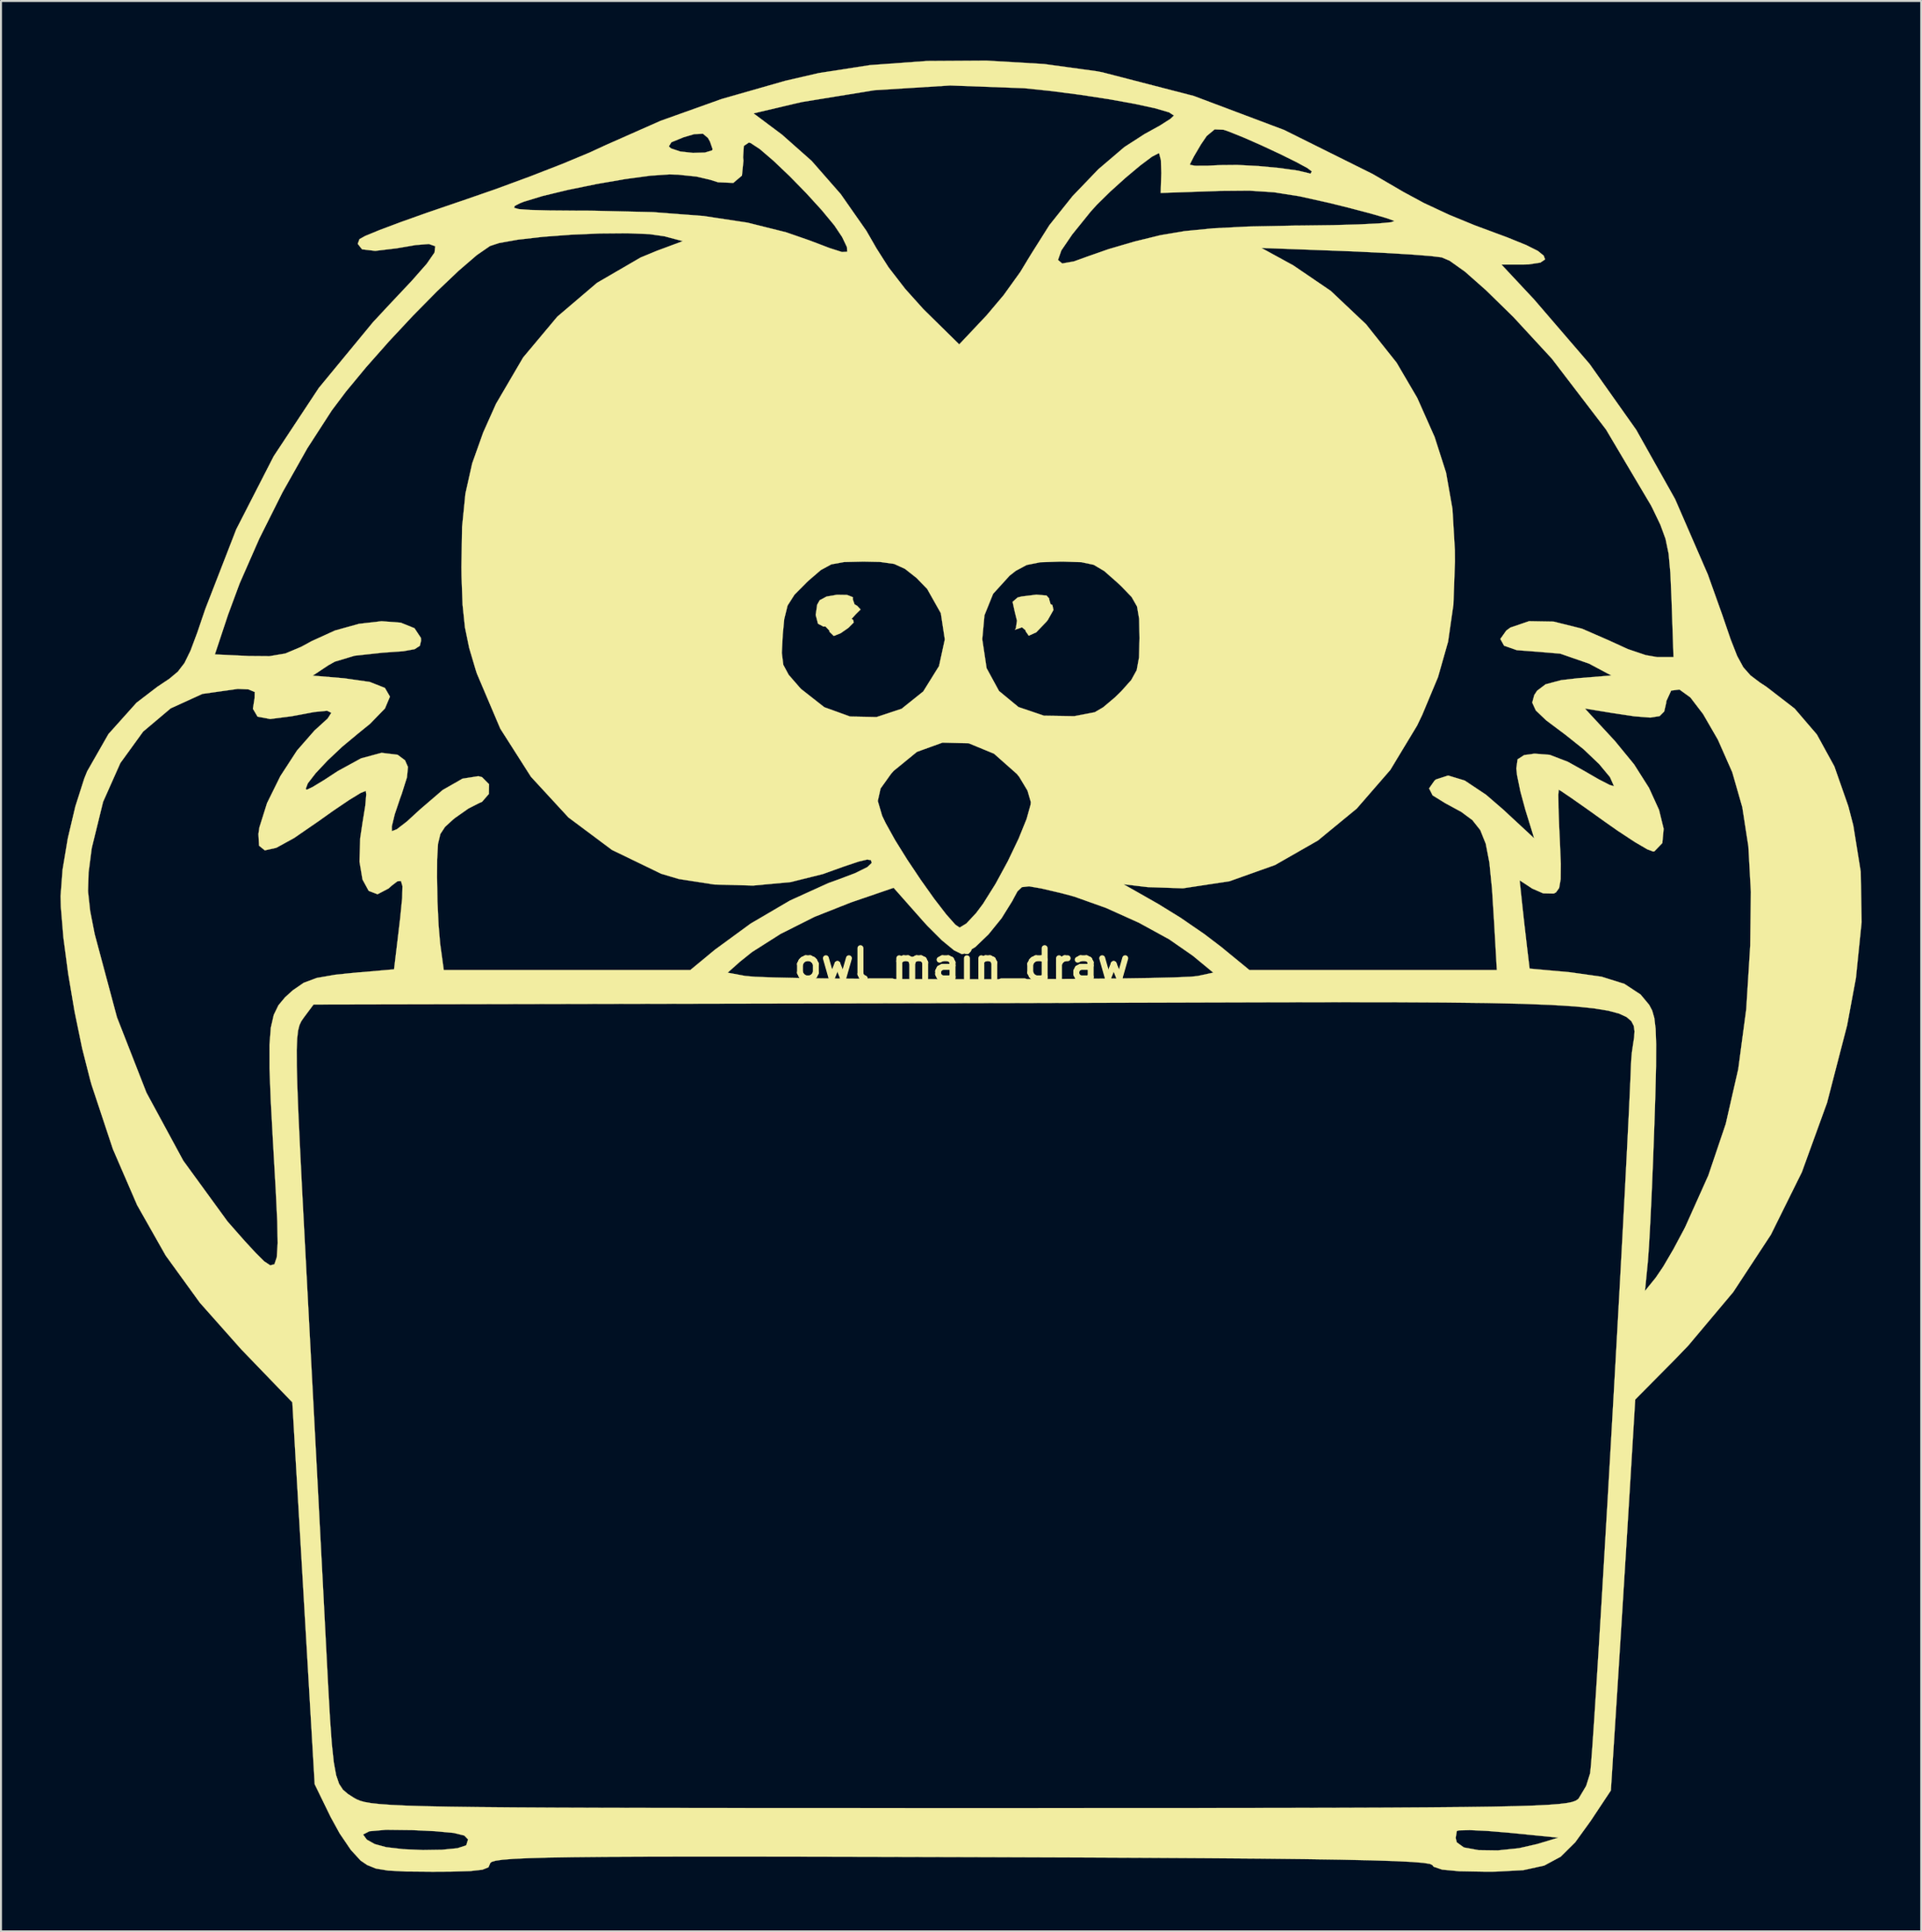
<source format=kicad_pcb>
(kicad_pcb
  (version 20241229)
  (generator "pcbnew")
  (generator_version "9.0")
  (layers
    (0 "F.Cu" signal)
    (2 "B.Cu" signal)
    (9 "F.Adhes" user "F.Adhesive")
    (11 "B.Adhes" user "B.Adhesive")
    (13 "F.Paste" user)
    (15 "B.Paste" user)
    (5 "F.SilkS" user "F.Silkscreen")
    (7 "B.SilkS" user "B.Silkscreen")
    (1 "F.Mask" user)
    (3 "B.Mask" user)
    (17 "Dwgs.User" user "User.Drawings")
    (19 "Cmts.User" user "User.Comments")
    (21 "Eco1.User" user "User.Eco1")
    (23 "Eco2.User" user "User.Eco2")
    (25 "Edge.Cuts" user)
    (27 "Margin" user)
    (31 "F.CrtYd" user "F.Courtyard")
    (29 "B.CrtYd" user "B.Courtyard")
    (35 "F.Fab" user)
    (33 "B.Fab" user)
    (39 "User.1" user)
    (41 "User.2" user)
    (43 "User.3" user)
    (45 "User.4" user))
  (footprint "owl_main_draw"
    (layer "F.Cu")
    (at 45.458 45.578)
    (property "Reference" "owl_main_draw" (at 0 0 0) (layer "F.SilkS") (effects (font (size 1.524 1.524) (thickness 0.3))))
    (attr through_hole)
    (fp_poly (pts (xy 4.269 -18.611) (xy 4.409 -18.448) (xy 4.398 -18.427) (xy 4.473 -18.174) (xy 4.563 -18.131) (xy 4.618 -17.883) (xy 4.336 -17.382) (xy 4.278 -17.306) (xy 3.753 -16.757) (xy 3.372 -16.584) (xy 3.21 -16.817) (xy 3.208 -16.86) (xy 3.034 -17.008) (xy 2.874 -16.951) (xy 2.677 -16.886) (xy 2.723 -16.963) (xy 2.778 -17.34) (xy 2.664 -17.804) (xy 2.557 -18.293) (xy 2.813 -18.512) (xy 3.016 -18.562) (xy 3.757 -18.654) (xy 4.269 -18.611)) (stroke (width 0.01) (type solid)) (fill yes) (layer "F.SilkS"))
    (fp_poly (pts (xy -5.789 -18.64) (xy -5.498 -18.526) (xy -5.501 -18.416) (xy -5.412 -18.165) (xy -5.282 -18.091) (xy -5.109 -17.908) (xy -5.347 -17.671) (xy -5.561 -17.435) (xy -5.481 -17.375) (xy -5.456 -17.249) (xy -5.721 -16.983) (xy -6.107 -16.714) (xy -6.446 -16.578) (xy -6.468 -16.577) (xy -6.678 -16.782) (xy -6.684 -16.844) (xy -6.881 -17.051) (xy -6.983 -17.045) (xy -7.257 -17.19) (xy -7.373 -17.632) (xy -7.298 -18.147) (xy -7.17 -18.374) (xy -6.823 -18.559) (xy -6.297 -18.649) (xy -5.789 -18.64)) (stroke (width 0.01) (type solid)) (fill yes) (layer "F.SilkS"))
    (fp_poly (pts (xy 4.156 -45.4) (xy 6.814 -45.035) (xy 7.086 -44.982) (xy 11.696 -43.79) (xy 16.252 -42.076) (xy 20.72 -39.855) (xy 22.281 -38.945) (xy 23.3 -38.395) (xy 24.582 -37.797) (xy 25.881 -37.264) (xy 26.116 -37.177) (xy 27.506 -36.662) (xy 28.459 -36.275) (xy 29.046 -35.981) (xy 29.339 -35.744) (xy 29.411 -35.551) (xy 29.173 -35.391) (xy 28.577 -35.3) (xy 28.31 -35.293) (xy 27.21 -35.293) (xy 28.855 -33.535) (xy 31.658 -30.279) (xy 34.004 -26.966) (xy 35.966 -23.472) (xy 37.617 -19.673) (xy 38.341 -17.646) (xy 38.765 -16.409) (xy 39.096 -15.564) (xy 39.406 -14.995) (xy 39.767 -14.585) (xy 40.251 -14.22) (xy 40.58 -14.004) (xy 41.996 -12.911) (xy 43.116 -11.606) (xy 43.999 -9.996) (xy 44.701 -7.991) (xy 44.953 -7.025) (xy 45.328 -4.691) (xy 45.373 -2.15) (xy 45.085 0.673) (xy 44.642 3.052) (xy 43.629 6.96) (xy 42.36 10.455) (xy 40.796 13.611) (xy 38.898 16.501) (xy 36.629 19.2) (xy 35.971 19.883) (xy 33.956 21.917) (xy 33.668 26.666) (xy 33.548 28.628) (xy 33.407 30.899) (xy 33.26 33.258) (xy 33.12 35.481) (xy 33.054 36.52) (xy 32.728 41.623) (xy 31.709 43.158) (xy 30.931 44.234) (xy 30.195 44.963) (xy 29.366 45.409) (xy 28.311 45.639) (xy 26.897 45.716) (xy 26.425 45.719) (xy 25.082 45.694) (xy 24.221 45.612) (xy 23.793 45.468) (xy 23.729 45.386) (xy 23.606 45.325) (xy 23.26 45.271) (xy 22.664 45.223) (xy 21.791 45.181) (xy 20.614 45.144) (xy 19.103 45.111) (xy 17.233 45.082) (xy 14.976 45.057) (xy 12.304 45.036) (xy 9.19 45.017) (xy 5.605 45) (xy 1.524 44.985) (xy -0.089 44.98) (xy -4.223 44.969) (xy -7.854 44.961) (xy -11.015 44.956) (xy -13.736 44.956) (xy -16.049 44.961) (xy -17.987 44.97) (xy -19.581 44.986) (xy -20.864 45.007) (xy -21.866 45.035) (xy -22.62 45.07) (xy -23.158 45.112) (xy -23.511 45.163) (xy -23.711 45.221) (xy -23.791 45.289) (xy -23.796 45.315) (xy -23.878 45.497) (xy -24.18 45.616) (xy -24.789 45.685) (xy -25.791 45.715) (xy -26.701 45.72) (xy -28.026 45.708) (xy -28.937 45.66) (xy -29.552 45.558) (xy -29.992 45.382) (xy -30.322 45.156) (xy -30.814 44.62) (xy -31.341 43.843) (xy -30.198 43.843) (xy -30.011 44.1) (xy -29.611 44.324) (xy -29.033 44.481) (xy -28.17 44.582) (xy -27.179 44.625) (xy -26.218 44.61) (xy -25.444 44.534) (xy -25.016 44.396) (xy -24.988 44.365) (xy -24.904 44.09) (xy -24.972 44.02) (xy 24.901 44.02) (xy 24.958 44.238) (xy 25.315 44.494) (xy 26.052 44.63) (xy 27.026 44.644) (xy 28.092 44.533) (xy 29.009 44.324) (xy 30.079 44.001) (xy 27.599 43.754) (xy 26.501 43.662) (xy 25.616 43.621) (xy 25.068 43.635) (xy 24.959 43.666) (xy 24.901 44.02) (xy -24.972 44.02) (xy -25.094 43.895) (xy -25.629 43.763) (xy -26.574 43.675) (xy -27.694 43.622) (xy -29.047 43.606) (xy -29.879 43.679) (xy -30.198 43.843) (xy -31.341 43.843) (xy -31.381 43.784) (xy -31.838 42.951) (xy -32.638 41.308) (xy -33.202 31.683) (xy -33.766 22.058) (xy -36.345 19.384) (xy -38.427 17.04) (xy -40.153 14.658) (xy -41.593 12.116) (xy -42.814 9.295) (xy -43.883 6.074) (xy -43.953 5.832) (xy -44.366 4.209) (xy -44.748 2.355) (xy -45.072 0.437) (xy -45.311 -1.377) (xy -45.439 -2.919) (xy -45.453 -3.457) (xy -45.435 -3.695) (xy -44.069 -3.695) (xy -43.962 -2.713) (xy -43.734 -1.544) (xy -42.611 2.645) (xy -41.123 6.449) (xy -39.264 9.879) (xy -37.03 12.946) (xy -36.163 13.93) (xy -35.613 14.525) (xy -35.189 14.948) (xy -34.879 15.153) (xy -34.669 15.098) (xy -34.549 14.739) (xy -34.505 14.032) (xy -34.526 12.932) (xy -34.6 11.397) (xy -34.715 9.382) (xy -34.747 8.82) (xy -34.856 6.796) (xy -34.916 5.231) (xy -34.917 4.29) (xy -33.545 4.29) (xy -33.542 5.079) (xy -33.514 6.133) (xy -33.461 7.5) (xy -33.38 9.226) (xy -33.273 11.359) (xy -33.137 13.946) (xy -33.026 16.047) (xy -32.878 18.844) (xy -32.728 21.679) (xy -32.581 24.464) (xy -32.441 27.115) (xy -32.314 29.544) (xy -32.203 31.664) (xy -32.114 33.391) (xy -32.071 34.223) (xy -31.96 36.357) (xy -31.865 38.022) (xy -31.774 39.282) (xy -31.675 40.204) (xy -31.557 40.851) (xy -31.408 41.289) (xy -31.215 41.582) (xy -30.967 41.796) (xy -30.666 41.989) (xy -30.522 42.069) (xy -30.35 42.141) (xy -30.12 42.204) (xy -29.802 42.26) (xy -29.365 42.308) (xy -28.781 42.35) (xy -28.019 42.386) (xy -27.049 42.416) (xy -25.842 42.44) (xy -24.368 42.46) (xy -22.596 42.476) (xy -20.498 42.488) (xy -18.042 42.497) (xy -15.2 42.503) (xy -11.941 42.507) (xy -8.236 42.509) (xy -4.055 42.51) (xy 0.426 42.511) (xy 5.096 42.51) (xy 9.26 42.509) (xy 12.949 42.507) (xy 16.19 42.503) (xy 19.015 42.496) (xy 21.451 42.487) (xy 23.53 42.474) (xy 25.279 42.458) (xy 26.728 42.438) (xy 27.907 42.413) (xy 28.845 42.383) (xy 29.572 42.347) (xy 30.116 42.305) (xy 30.508 42.257) (xy 30.776 42.202) (xy 30.95 42.14) (xy 31.06 42.069) (xy 31.104 42.026) (xy 31.48 41.397) (xy 31.682 40.756) (xy 31.726 40.331) (xy 31.794 39.427) (xy 31.885 38.099) (xy 31.995 36.402) (xy 32.121 34.392) (xy 32.259 32.122) (xy 32.407 29.649) (xy 32.562 27.027) (xy 32.719 24.311) (xy 32.877 21.556) (xy 33.031 18.817) (xy 33.179 16.15) (xy 33.317 13.609) (xy 33.443 11.25) (xy 33.553 9.127) (xy 33.644 7.295) (xy 33.712 5.81) (xy 33.751 4.856) (xy 33.788 4.417) (xy 33.846 4.022) (xy 33.9 3.67) (xy 33.921 3.359) (xy 33.884 3.084) (xy 33.76 2.845) (xy 33.524 2.64) (xy 33.148 2.465) (xy 32.605 2.318) (xy 31.869 2.198) (xy 30.912 2.101) (xy 29.707 2.026) (xy 28.228 1.969) (xy 26.448 1.93) (xy 24.339 1.905) (xy 21.875 1.892) (xy 19.029 1.889) (xy 15.774 1.894) (xy 12.082 1.904) (xy 7.928 1.916) (xy 3.283 1.93) (xy -0.069 1.937) (xy -32.695 2.005) (xy -33.197 2.678) (xy -33.313 2.847) (xy -33.406 3.045) (xy -33.476 3.32) (xy -33.522 3.719) (xy -33.545 4.29) (xy -34.917 4.29) (xy -34.918 4.049) (xy -34.85 3.174) (xy -34.703 2.531) (xy -34.467 2.045) (xy -34.132 1.641) (xy -33.734 1.283) (xy -33.193 0.911) (xy -32.534 0.667) (xy -31.601 0.504) (xy -30.784 0.42) (xy -30.562 0.401) (xy -11.813 0.401) (xy -10.92 0.566) (xy -10.427 0.608) (xy -9.477 0.643) (xy -8.14 0.672) (xy -6.488 0.696) (xy -4.593 0.714) (xy -2.527 0.725) (xy -0.361 0.731) (xy 1.831 0.731) (xy 3.98 0.725) (xy 6.012 0.712) (xy 7.856 0.694) (xy 9.44 0.67) (xy 10.693 0.64) (xy 11.542 0.604) (xy 11.888 0.569) (xy 12.679 0.399) (xy 11.639 -0.458) (xy 10.451 -1.282) (xy 8.931 -2.114) (xy 7.273 -2.861) (xy 5.668 -3.433) (xy 5.033 -3.604) (xy 4.013 -3.843) (xy 3.388 -3.952) (xy 3.027 -3.911) (xy 2.803 -3.699) (xy 2.585 -3.296) (xy 2.542 -3.212) (xy 2.001 -2.343) (xy 1.342 -1.53) (xy 0.68 -0.894) (xy 0.132 -0.559) (xy -0.002 -0.535) (xy -0.393 -0.725) (xy -1.01 -1.232) (xy -1.737 -1.957) (xy -1.963 -2.206) (xy -3.442 -3.877) (xy -5.596 -3.14) (xy -7.429 -2.415) (xy -9.146 -1.552) (xy -10.585 -0.638) (xy -11.187 -0.157) (xy -11.813 0.401) (xy -30.562 0.401) (xy -28.636 0.233) (xy -28.501 -0.886) (xy -28.326 -2.355) (xy -28.227 -3.357) (xy -28.211 -3.957) (xy -28.287 -4.219) (xy -28.465 -4.207) (xy -28.753 -3.986) (xy -28.912 -3.844) (xy -29.468 -3.552) (xy -29.915 -3.723) (xy -30.226 -4.293) (xy -30.378 -5.197) (xy -30.343 -6.371) (xy -30.22 -7.195) (xy -30.087 -8.012) (xy -30.037 -8.588) (xy -30.061 -8.761) (xy -30.312 -8.663) (xy -30.896 -8.306) (xy -31.719 -7.75) (xy -32.433 -7.242) (xy -33.682 -6.383) (xy -34.578 -5.892) (xy -35.154 -5.765) (xy -35.443 -5.999) (xy -35.476 -6.59) (xy -35.427 -6.922) (xy -35.041 -8.146) (xy -34.369 -9.507) (xy -33.53 -10.797) (xy -32.645 -11.809) (xy -32.523 -11.918) (xy -31.983 -12.411) (xy -31.799 -12.699) (xy -32.01 -12.801) (xy -32.657 -12.738) (xy -33.783 -12.528) (xy -33.803 -12.524) (xy -34.882 -12.385) (xy -35.52 -12.505) (xy -35.753 -12.901) (xy -35.67 -13.435) (xy -35.662 -13.746) (xy -35.981 -13.88) (xy -36.514 -13.903) (xy -38.298 -13.652) (xy -39.901 -12.922) (xy -41.292 -11.749) (xy -42.439 -10.165) (xy -43.31 -8.208) (xy -43.874 -5.91) (xy -43.893 -5.794) (xy -44.042 -4.64) (xy -44.069 -3.695) (xy -45.435 -3.695) (xy -45.353 -4.784) (xy -45.089 -6.369) (xy -44.708 -7.979) (xy -44.26 -9.383) (xy -44.111 -9.751) (xy -43.039 -11.627) (xy -41.625 -13.205) (xy -40.566 -14.015) (xy -39.968 -14.413) (xy -39.537 -14.774) (xy -39.204 -15.209) (xy -38.992 -15.641) (xy -37.672 -15.641) (xy -35.965 -15.562) (xy -34.914 -15.553) (xy -34.122 -15.686) (xy -33.319 -16.024) (xy -32.799 -16.307) (xy -31.614 -16.847) (xy -30.403 -17.183) (xy -29.265 -17.315) (xy -28.299 -17.242) (xy -27.605 -16.962) (xy -27.283 -16.476) (xy -27.272 -16.345) (xy -27.335 -16.075) (xy -27.598 -15.906) (xy -28.17 -15.803) (xy -29.164 -15.732) (xy -29.21 -15.729) (xy -30.629 -15.575) (xy -31.623 -15.276) (xy -31.942 -15.098) (xy -32.736 -14.572) (xy -31.14 -14.437) (xy -29.862 -14.254) (xy -29.097 -13.953) (xy -28.843 -13.514) (xy -29.094 -12.918) (xy -29.845 -12.145) (xy -30.464 -11.643) (xy -31.248 -10.991) (xy -31.983 -10.299) (xy -32.589 -9.654) (xy -32.985 -9.144) (xy -33.093 -8.856) (xy -33.028 -8.823) (xy -32.737 -8.962) (xy -32.143 -9.322) (xy -31.476 -9.759) (xy -30.299 -10.403) (xy -29.265 -10.681) (xy -28.454 -10.581) (xy -28.083 -10.305) (xy -27.935 -9.967) (xy -27.985 -9.446) (xy -28.25 -8.607) (xy -28.327 -8.398) (xy -28.604 -7.575) (xy -28.751 -6.966) (xy -28.745 -6.732) (xy -28.496 -6.828) (xy -27.985 -7.222) (xy -27.332 -7.821) (xy -26.181 -8.809) (xy -25.184 -9.378) (xy -24.385 -9.504) (xy -24.199 -9.455) (xy -23.847 -9.101) (xy -23.855 -8.608) (xy -24.199 -8.211) (xy -24.332 -8.154) (xy -24.889 -7.871) (xy -25.563 -7.397) (xy -25.669 -7.31) (xy -26.063 -6.95) (xy -26.301 -6.589) (xy -26.421 -6.087) (xy -26.464 -5.301) (xy -26.469 -4.425) (xy -26.448 -3.194) (xy -26.391 -1.994) (xy -26.311 -1.06) (xy -26.299 -0.973) (xy -26.129 0.267) (xy -13.694 0.267) (xy -12.453 -0.758) (xy -10.654 -2.073) (xy -8.668 -3.236) (xy -6.715 -4.123) (xy -6.229 -4.296) (xy -5.375 -4.619) (xy -4.769 -4.921) (xy -4.545 -5.133) (xy -4.588 -5.271) (xy -4.776 -5.301) (xy -5.2 -5.201) (xy -5.95 -4.951) (xy -7.012 -4.569) (xy -8.635 -4.166) (xy -10.527 -3.99) (xy -12.478 -4.042) (xy -14.277 -4.321) (xy -15.163 -4.585) (xy -17.646 -5.786) (xy -19.844 -7.426) (xy -20.608 -8.255) (xy -4.241 -8.255) (xy -4.023 -7.511) (xy -3.845 -7.139) (xy -3.372 -6.287) (xy -2.758 -5.3) (xy -2.075 -4.279) (xy -1.396 -3.324) (xy -0.791 -2.539) (xy -0.333 -2.022) (xy -0.114 -1.872) (xy 0.225 -2.077) (xy 0.717 -2.603) (xy 1.065 -3.068) (xy 1.684 -4.055) (xy 8.155 -4.055) (xy 9.893 -3.068) (xy 11.03 -2.367) (xy 12.228 -1.544) (xy 13.065 -0.907) (xy 14.499 0.267) (xy 26.978 0.267) (xy 26.845 -2.072) (xy 26.734 -3.83) (xy 26.691 -4.255) (xy 28.128 -4.255) (xy 28.246 -3.13) (xy 28.362 -2.077) (xy 28.486 -1.006) (xy 28.498 -0.905) (xy 28.63 0.196) (xy 30.667 0.38) (xy 32.254 0.603) (xy 33.41 0.964) (xy 34.228 1.503) (xy 34.662 2.025) (xy 34.812 2.31) (xy 34.919 2.684) (xy 34.984 3.226) (xy 35.012 4.011) (xy 35.006 5.117) (xy 34.969 6.621) (xy 34.92 8.102) (xy 34.856 9.858) (xy 34.786 11.531) (xy 34.715 13.01) (xy 34.65 14.184) (xy 34.595 14.942) (xy 34.592 14.973) (xy 34.448 16.443) (xy 34.99 15.775) (xy 35.373 15.21) (xy 35.883 14.338) (xy 36.418 13.336) (xy 36.481 13.212) (xy 37.642 10.625) (xy 38.523 8.018) (xy 39.151 5.266) (xy 39.555 2.246) (xy 39.756 -0.961) (xy 39.789 -3.67) (xy 39.663 -5.963) (xy 39.357 -7.94) (xy 38.851 -9.701) (xy 38.125 -11.345) (xy 37.38 -12.633) (xy 36.739 -13.472) (xy 36.187 -13.871) (xy 35.768 -13.818) (xy 35.53 -13.298) (xy 35.511 -13.168) (xy 35.417 -12.764) (xy 35.185 -12.532) (xy 34.717 -12.457) (xy 33.915 -12.521) (xy 32.753 -12.696) (xy 31.417 -12.914) (xy 32.931 -11.279) (xy 33.9 -10.098) (xy 34.651 -8.914) (xy 35.156 -7.806) (xy 35.39 -6.852) (xy 35.323 -6.132) (xy 34.93 -5.723) (xy 34.872 -5.703) (xy 34.564 -5.817) (xy 33.931 -6.188) (xy 33.074 -6.752) (xy 32.401 -7.224) (xy 31.469 -7.89) (xy 30.712 -8.42) (xy 30.227 -8.748) (xy 30.099 -8.823) (xy 30.078 -8.576) (xy 30.086 -7.91) (xy 30.121 -6.943) (xy 30.152 -6.289) (xy 30.203 -5.086) (xy 30.196 -4.314) (xy 30.119 -3.868) (xy 29.961 -3.646) (xy 29.846 -3.586) (xy 29.314 -3.598) (xy 28.767 -3.836) (xy 28.128 -4.255) (xy 26.691 -4.255) (xy 26.603 -5.142) (xy 26.419 -6.097) (xy 26.144 -6.784) (xy 25.743 -7.291) (xy 25.18 -7.706) (xy 24.42 -8.119) (xy 24.397 -8.13) (xy 23.739 -8.536) (xy 23.561 -8.888) (xy 23.83 -9.273) (xy 23.904 -9.337) (xy 24.522 -9.537) (xy 25.36 -9.283) (xy 26.432 -8.569) (xy 27.286 -7.832) (xy 28.86 -6.374) (xy 28.42 -7.799) (xy 28.167 -8.729) (xy 27.998 -9.55) (xy 27.96 -9.893) (xy 28.024 -10.353) (xy 28.353 -10.566) (xy 28.876 -10.639) (xy 29.651 -10.578) (xy 30.553 -10.232) (xy 31.349 -9.789) (xy 32.118 -9.345) (xy 32.669 -9.062) (xy 32.886 -9) (xy 32.886 -9.002) (xy 32.683 -9.457) (xy 32.14 -10.111) (xy 31.356 -10.858) (xy 30.433 -11.595) (xy 30.384 -11.631) (xy 29.464 -12.32) (xy 28.943 -12.817) (xy 28.762 -13.212) (xy 28.865 -13.594) (xy 29.006 -13.809) (xy 29.434 -14.134) (xy 30.216 -14.343) (xy 31.059 -14.441) (xy 32.753 -14.579) (xy 31.627 -15.177) (xy 30.175 -15.68) (xy 29.053 -15.775) (xy 27.986 -15.856) (xy 27.342 -16.081) (xy 27.154 -16.42) (xy 27.455 -16.845) (xy 27.659 -16.994) (xy 28.605 -17.317) (xy 29.843 -17.295) (xy 31.271 -16.939) (xy 32.627 -16.348) (xy 33.584 -15.91) (xy 34.483 -15.606) (xy 35.059 -15.507) (xy 35.887 -15.507) (xy 35.787 -18.42) (xy 35.729 -19.753) (xy 35.641 -20.714) (xy 35.485 -21.467) (xy 35.226 -22.175) (xy 34.829 -23.001) (xy 34.744 -23.166) (xy 32.485 -26.975) (xy 29.753 -30.547) (xy 27.81 -32.651) (xy 26.436 -33.994) (xy 25.372 -34.934) (xy 24.598 -35.485) (xy 24.197 -35.655) (xy 23.653 -35.722) (xy 22.691 -35.798) (xy 21.426 -35.875) (xy 19.974 -35.946) (xy 19.251 -35.975) (xy 15.106 -36.13) (xy 16.711 -35.252) (xy 18.6 -33.967) (xy 20.38 -32.286) (xy 21.923 -30.346) (xy 22.963 -28.572) (xy 23.84 -26.6) (xy 24.416 -24.806) (xy 24.739 -22.977) (xy 24.861 -20.898) (xy 24.865 -20.32) (xy 24.787 -18.149) (xy 24.518 -16.28) (xy 24.011 -14.499) (xy 23.214 -12.592) (xy 22.956 -12.054) (xy 21.603 -9.816) (xy 19.912 -7.87) (xy 17.952 -6.26) (xy 15.793 -5.026) (xy 13.502 -4.21) (xy 11.149 -3.852) (xy 9.371 -3.912) (xy 8.155 -4.055) (xy 1.684 -4.055) (xy 1.696 -4.074) (xy 2.316 -5.215) (xy 2.86 -6.352) (xy 3.264 -7.349) (xy 3.465 -8.069) (xy 3.476 -8.201) (xy 3.309 -8.775) (xy 2.896 -9.463) (xy 2.776 -9.614) (xy 1.62 -10.637) (xy 0.342 -11.163) (xy -0.981 -11.194) (xy -2.268 -10.729) (xy -3.444 -9.768) (xy -3.578 -9.614) (xy -4.101 -8.882) (xy -4.241 -8.255) (xy -20.608 -8.255) (xy -21.731 -9.473) (xy -23.278 -11.899) (xy -24.457 -14.672) (xy -24.512 -14.839) (xy -24.773 -15.719) (xy -9.081 -15.719) (xy -9.006 -15.117) (xy -8.735 -14.613) (xy -8.194 -13.991) (xy -8.101 -13.892) (xy -6.94 -12.981) (xy -5.638 -12.511) (xy -4.302 -12.484) (xy -3.04 -12.901) (xy -1.96 -13.765) (xy -1.943 -13.784) (xy -1.153 -15.053) (xy -0.861 -16.394) (xy -0.862 -16.406) (xy 1.027 -16.406) (xy 1.245 -14.949) (xy 1.872 -13.798) (xy 2.853 -12.989) (xy 4.137 -12.554) (xy 5.67 -12.529) (xy 6.701 -12.727) (xy 7.124 -12.975) (xy 7.725 -13.481) (xy 8.037 -13.786) (xy 8.54 -14.349) (xy 8.816 -14.849) (xy 8.933 -15.485) (xy 8.957 -16.453) (xy 8.957 -16.477) (xy 8.939 -17.434) (xy 8.834 -18.054) (xy 8.56 -18.535) (xy 8.039 -19.075) (xy 7.831 -19.27) (xy 7.179 -19.844) (xy 6.646 -20.159) (xy 6.022 -20.291) (xy 5.096 -20.32) (xy 4.977 -20.32) (xy 3.956 -20.287) (xy 3.268 -20.149) (xy 2.716 -19.854) (xy 2.404 -19.608) (xy 1.574 -18.695) (xy 1.138 -17.615) (xy 1.027 -16.406) (xy -0.862 -16.406) (xy -1.062 -17.719) (xy -1.75 -18.941) (xy -2.285 -19.493) (xy -2.867 -19.952) (xy -3.413 -20.202) (xy -4.127 -20.303) (xy -4.966 -20.32) (xy -5.938 -20.298) (xy -6.584 -20.181) (xy -7.113 -19.894) (xy -7.732 -19.362) (xy -7.811 -19.288) (xy -8.442 -18.653) (xy -8.791 -18.104) (xy -8.96 -17.418) (xy -9.034 -16.637) (xy -9.081 -15.719) (xy -24.773 -15.719) (xy -24.847 -15.968) (xy -25.061 -17.006) (xy -25.18 -18.145) (xy -25.232 -19.573) (xy -25.238 -20.053) (xy -25.205 -22.068) (xy -25.037 -23.744) (xy -24.696 -25.268) (xy -24.141 -26.827) (xy -23.495 -28.271) (xy -22.125 -30.61) (xy -20.401 -32.668) (xy -18.401 -34.371) (xy -16.202 -35.648) (xy -15.392 -35.983) (xy -14.074 -36.472) (xy -14.991 -36.716) (xy -15.762 -36.827) (xy -16.893 -36.872) (xy -18.253 -36.86) (xy -19.709 -36.797) (xy -21.131 -36.691) (xy -22.385 -36.548) (xy -23.341 -36.378) (xy -23.798 -36.227) (xy -24.461 -35.77) (xy -25.381 -34.979) (xy -26.478 -33.936) (xy -27.674 -32.723) (xy -28.889 -31.423) (xy -30.045 -30.117) (xy -31.062 -28.889) (xy -31.776 -27.94) (xy -33.011 -26.03) (xy -34.261 -23.814) (xy -35.429 -21.482) (xy -36.422 -19.222) (xy -37.006 -17.646) (xy -37.672 -15.641) (xy -38.992 -15.641) (xy -38.9 -15.83) (xy -38.557 -16.747) (xy -38.159 -17.918) (xy -36.592 -21.951) (xy -34.704 -25.634) (xy -32.429 -29.075) (xy -29.703 -32.381) (xy -28.876 -33.27) (xy -27.747 -34.469) (xy -26.988 -35.331) (xy -26.594 -35.899) (xy -26.56 -36.217) (xy -26.879 -36.328) (xy -27.547 -36.275) (xy -28.511 -36.111) (xy -29.586 -35.982) (xy -30.249 -36.061) (xy -30.467 -36.336) (xy -30.38 -36.574) (xy -30.088 -36.736) (xy -29.367 -37.032) (xy -28.299 -37.433) (xy -26.964 -37.908) (xy -26.244 -38.154) (xy -22.583 -38.154) (xy -22.34 -38.087) (xy -21.761 -38.045) (xy -20.786 -38.02) (xy -19.359 -38.008) (xy -18.582 -38.006) (xy -15.582 -37.936) (xy -13.018 -37.739) (xy -10.805 -37.404) (xy -8.859 -36.917) (xy -7.698 -36.515) (xy -6.659 -36.12) (xy -6.046 -35.925) (xy -5.783 -35.94) (xy -5.797 -36.173) (xy -6.015 -36.631) (xy -6.049 -36.696) (xy -6.431 -37.266) (xy -7.061 -38.028) (xy -7.845 -38.888) (xy -8.69 -39.752) (xy -9.502 -40.524) (xy -10.187 -41.112) (xy -10.652 -41.418) (xy -10.745 -41.442) (xy -10.998 -41.27) (xy -11.033 -40.697) (xy -11.016 -40.533) (xy -11.093 -39.776) (xy -11.528 -39.408) (xy -12.299 -39.441) (xy -12.682 -39.564) (xy -13.386 -39.728) (xy -14.328 -39.826) (xy -14.748 -39.838) (xy -15.7 -39.774) (xy -16.978 -39.602) (xy -18.417 -39.353) (xy -19.857 -39.059) (xy -21.136 -38.751) (xy -22.092 -38.46) (xy -22.287 -38.383) (xy -22.546 -38.25) (xy -22.583 -38.154) (xy -26.244 -38.154) (xy -25.444 -38.428) (xy -25.281 -38.482) (xy -23.541 -39.084) (xy -21.787 -39.729) (xy -20.157 -40.363) (xy -18.786 -40.934) (xy -18.099 -41.25) (xy -14.778 -41.25) (xy -14.67 -41.148) (xy -14.204 -40.992) (xy -13.565 -40.921) (xy -12.961 -40.938) (xy -12.6 -41.046) (xy -12.57 -41.108) (xy -12.702 -41.489) (xy -12.806 -41.674) (xy -13.055 -41.886) (xy -13.497 -41.867) (xy -14.037 -41.709) (xy -14.649 -41.458) (xy -14.778 -41.25) (xy -18.099 -41.25) (xy -17.944 -41.322) (xy -15.197 -42.537) (xy -14.144 -42.913) (xy -10.506 -42.913) (xy -9.074 -41.843) (xy -7.578 -40.519) (xy -6.111 -38.845) (xy -4.818 -36.996) (xy -4.305 -36.105) (xy -3.7 -35.155) (xy -2.858 -34.066) (xy -1.946 -33.051) (xy -1.806 -32.912) (xy -0.134 -31.269) (xy 1.249 -32.736) (xy 2.105 -33.75) (xy 2.945 -34.918) (xy 3.312 -35.524) (xy 4.847 -35.524) (xy 5.06 -35.347) (xy 5.653 -35.452) (xy 6.35 -35.704) (xy 7.403 -36.072) (xy 8.707 -36.453) (xy 9.985 -36.766) (xy 10.026 -36.775) (xy 11.224 -36.977) (xy 12.677 -37.12) (xy 14.473 -37.211) (xy 16.699 -37.256) (xy 17.165 -37.26) (xy 18.704 -37.28) (xy 20.013 -37.316) (xy 21.017 -37.366) (xy 21.641 -37.425) (xy 21.81 -37.49) (xy 21.803 -37.494) (xy 21.407 -37.636) (xy 20.612 -37.866) (xy 19.541 -38.148) (xy 18.542 -38.396) (xy 17.008 -38.737) (xy 15.742 -38.936) (xy 14.505 -39.017) (xy 13.059 -39.005) (xy 12.835 -38.998) (xy 10.026 -38.902) (xy 10.057 -39.905) (xy 10.044 -40.324) (xy 11.497 -40.324) (xy 11.739 -40.276) (xy 12.365 -40.274) (xy 13.034 -40.306) (xy 13.887 -40.314) (xy 14.943 -40.259) (xy 16.023 -40.158) (xy 16.949 -40.028) (xy 17.54 -39.886) (xy 17.579 -39.869) (xy 17.646 -39.989) (xy 17.422 -40.158) (xy 16.836 -40.474) (xy 16.018 -40.877) (xy 15.098 -41.306) (xy 14.206 -41.698) (xy 13.473 -41.993) (xy 13.195 -42.088) (xy 12.746 -42.105) (xy 12.347 -41.775) (xy 12.059 -41.353) (xy 11.704 -40.751) (xy 11.509 -40.369) (xy 11.497 -40.324) (xy 10.044 -40.324) (xy 10.038 -40.548) (xy 9.952 -40.888) (xy 9.923 -40.905) (xy 9.588 -40.731) (xy 8.991 -40.284) (xy 8.252 -39.665) (xy 7.489 -38.977) (xy 6.821 -38.322) (xy 6.498 -37.966) (xy 5.565 -36.811) (xy 5.015 -36.004) (xy 4.847 -35.524) (xy 3.312 -35.524) (xy 3.502 -35.835) (xy 4.411 -37.276) (xy 5.58 -38.741) (xy 6.884 -40.099) (xy 8.195 -41.216) (xy 9.213 -41.872) (xy 9.984 -42.298) (xy 10.519 -42.639) (xy 10.694 -42.805) (xy 10.444 -42.966) (xy 9.755 -43.168) (xy 8.719 -43.393) (xy 7.428 -43.626) (xy 5.976 -43.849) (xy 4.453 -44.046) (xy 3.146 -44.182) (xy -0.594 -44.319) (xy -4.405 -44.082) (xy -8.06 -43.487) (xy -8.528 -43.38) (xy -10.506 -42.913) (xy -14.144 -42.913) (xy -12.117 -43.637) (xy -8.905 -44.555) (xy -7.219 -44.944) (xy -4.646 -45.344) (xy -1.765 -45.554) (xy 1.233 -45.573) (xy 4.156 -45.4)) (stroke (width 0.01) (type solid)) (fill yes) (layer "F.SilkS")))
  (gr_rect
    (start -3 -3)
    (end 93.836 94.303)
    (stroke (width 0.1) (type default))
    (fill no)
    (layer "Edge.Cuts")))
</source>
